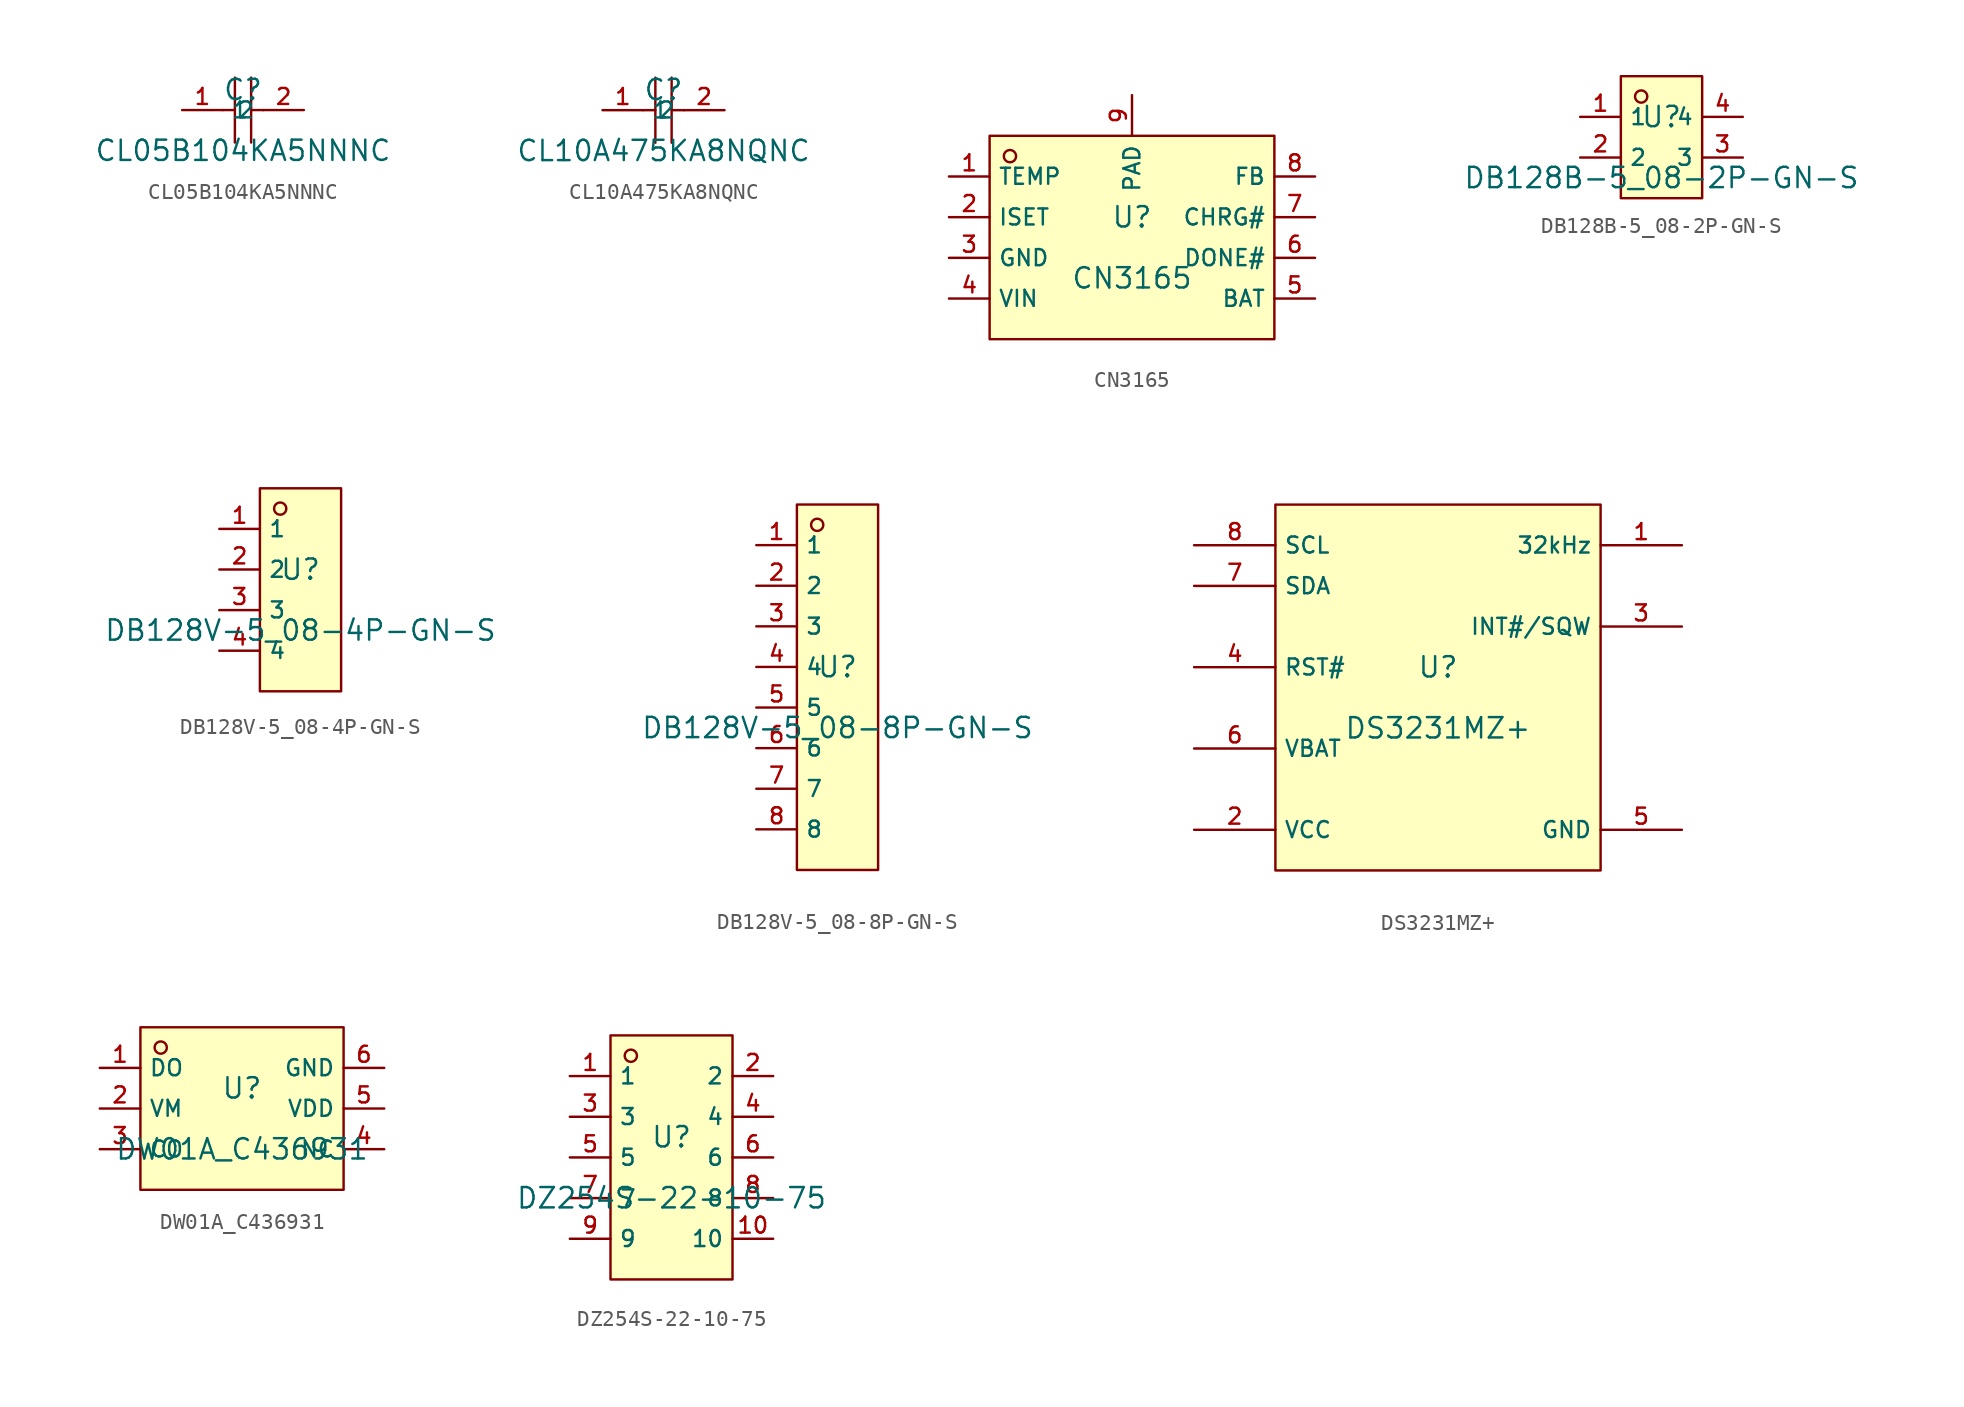
<source format=kicad_sym>
(kicad_symbol_lib
  (version 20231120)
  (generator "kicad_symbol_editor")
  (generator_version "8.0")
  (symbol "CL05B104KA5NNNC"
    (property "Reference" "C"
      (at 0 1.27 0)
      (effects (font (size 1.27 1.27))))
    (property "Value" "CL05B104KA5NNNC"
      (at 0 -2.54 0)
      (effects (font (size 1.27 1.27))))
    (symbol "CL05B104KA5NNNC_0_1"
      (polyline (pts (xy -1.27 0) (xy -0.508 0)) (stroke (width 0) (type default)) (fill (type none)))
      (polyline (pts (xy -0.508 2.032) (xy -0.508 -2.032)) (stroke (width 0) (type default)) (fill (type none)))
      (polyline (pts (xy 0.508 0) (xy 1.27 0)) (stroke (width 0) (type default)) (fill (type none)))
      (polyline (pts (xy 0.508 2.032) (xy 0.508 -2.032)) (stroke (width 0) (type default)) (fill (type none)))
      (pin input line (at -3.81 0 0) (length 2.54) (name "1" (effects (font (size 1 1)))) (number "1" (effects (font (size 1 1)))))
      (pin input line (at 3.81 0 180) (length 2.54) (name "2" (effects (font (size 1 1)))) (number "2" (effects (font (size 1 1)))))))
  (symbol "CL10A475KA8NQNC"
    (property "Reference" "C"
      (at 0 1.27 0)
      (effects (font (size 1.27 1.27))))
    (property "Value" "CL10A475KA8NQNC"
      (at 0 -2.54 0)
      (effects (font (size 1.27 1.27))))
    (symbol "CL10A475KA8NQNC_0_1"
      (polyline (pts (xy -0.508 2.032) (xy -0.508 -2.032)) (stroke (width 0) (type default) (color 0 0 0 0)) (fill (type none)))
      (polyline (pts (xy 0.508 2.032) (xy 0.508 -2.032)) (stroke (width 0) (type default) (color 0 0 0 0)) (fill (type none)))
      (pin input line (at -3.81 -0.0 0) (length 2.54) (name "1" (effects (font (size 1 1)))) (number "1" (effects (font (size 1 1)))))
      (pin input line (at 3.81 -0.0 180) (length 2.54) (name "2" (effects (font (size 1 1)))) (number "2" (effects (font (size 1 1)))))
      (polyline (pts (xy -1.27 -0.0) (xy -0.508 -0.0)) (stroke (width 0) (type default) (color 0 0 0 0)) (fill (type none)))
      (polyline (pts (xy 0.508 -0.0) (xy 1.27 -0.0)) (stroke (width 0) (type default) (color 0 0 0 0)) (fill (type none)))))
  (symbol "CN3165"
    (property "Reference" "U"
      (at 0 1.27 0)
      (effects (font (size 1.27 1.27))))
    (property "Value" "CN3165"
      (at 0 -2.54 0)
      (effects (font (size 1.27 1.27))))
    (symbol "CN3165_0_1"
      (rectangle (start -8.89 6.35) (end 8.89 -6.35) (stroke (width 0) (type default)) (fill (type background)))
      (circle (center -7.62 5.08) (radius 0.381) (stroke (width 0) (type default)) (fill (type background)))
      (pin unspecified line (at -11.43 3.81 0) (length 2.54) (name "TEMP" (effects (font (size 1 1)))) (number "1" (effects (font (size 1 1)))))
      (pin unspecified line (at -11.43 1.27 0) (length 2.54) (name "ISET" (effects (font (size 1 1)))) (number "2" (effects (font (size 1 1)))))
      (pin unspecified line (at -11.43 -1.27 0) (length 2.54) (name "GND" (effects (font (size 1 1)))) (number "3" (effects (font (size 1 1)))))
      (pin unspecified line (at -11.43 -3.81 0) (length 2.54) (name "VIN" (effects (font (size 1 1)))) (number "4" (effects (font (size 1 1)))))
      (pin unspecified line (at 11.43 -3.81 180) (length 2.54) (name "BAT" (effects (font (size 1 1)))) (number "5" (effects (font (size 1 1)))))
      (pin unspecified line (at 11.43 -1.27 180) (length 2.54) (name "DONE#" (effects (font (size 1 1)))) (number "6" (effects (font (size 1 1)))))
      (pin unspecified line (at 11.43 1.27 180) (length 2.54) (name "CHRG#" (effects (font (size 1 1)))) (number "7" (effects (font (size 1 1)))))
      (pin unspecified line (at 11.43 3.81 180) (length 2.54) (name "FB" (effects (font (size 1 1)))) (number "8" (effects (font (size 1 1)))))
      (pin unspecified line (at 0 8.89 270) (length 2.54) (name "PAD" (effects (font (size 1 1)))) (number "9" (effects (font (size 1 1)))))))
  (symbol "DB128B-5_08-2P-GN-S"
    (property "Reference" "U"
      (at 0 1.27 0)
      (effects (font (size 1.27 1.27))))
    (property "Value" "DB128B-5_08-2P-GN-S"
      (at 0 -2.54 0)
      (effects (font (size 1.27 1.27))))
    (symbol "DB128B-5_08-2P-GN-S_0_1"
      (rectangle (start -2.54 3.81) (end 2.54 -3.81) (stroke (width 0) (type default) (color 0 0 0 0)) (fill (type background)))
      (circle (center -1.27 2.54) (radius 0.381) (stroke (width 0) (type default) (color 0 0 0 0)) (fill (type background)))
      (pin unspecified line (at -5.08 1.27 0) (length 2.54) (name "1" (effects (font (size 1 1)))) (number "1" (effects (font (size 1 1)))))
      (pin unspecified line (at -5.08 -1.27 0) (length 2.54) (name "2" (effects (font (size 1 1)))) (number "2" (effects (font (size 1 1)))))
      (pin unspecified line (at 5.08 -1.27 180) (length 2.54) (name "3" (effects (font (size 1 1)))) (number "3" (effects (font (size 1 1)))))
      (pin unspecified line (at 5.08 1.27 180) (length 2.54) (name "4" (effects (font (size 1 1)))) (number "4" (effects (font (size 1 1)))))))
  (symbol "DB128V-5_08-4P-GN-S"
    (property "Reference" "U"
      (at 0 1.27 0)
      (effects (font (size 1.27 1.27))))
    (property "Value" "DB128V-5_08-4P-GN-S"
      (at 0 -2.54 0)
      (effects (font (size 1.27 1.27))))
    (symbol "DB128V-5_08-4P-GN-S_0_1"
      (rectangle (start -2.54 6.35) (end 2.54 -6.35) (stroke (width 0) (type default)) (fill (type background)))
      (circle (center -1.27 5.08) (radius 0.381) (stroke (width 0) (type default)) (fill (type background)))
      (pin unspecified line (at -5.08 3.81 0) (length 2.54) (name "1" (effects (font (size 1 1)))) (number "1" (effects (font (size 1 1)))))
      (pin unspecified line (at -5.08 1.27 0) (length 2.54) (name "2" (effects (font (size 1 1)))) (number "2" (effects (font (size 1 1)))))
      (pin unspecified line (at -5.08 -1.27 0) (length 2.54) (name "3" (effects (font (size 1 1)))) (number "3" (effects (font (size 1 1)))))
      (pin unspecified line (at -5.08 -3.81 0) (length 2.54) (name "4" (effects (font (size 1 1)))) (number "4" (effects (font (size 1 1)))))))
  (symbol "DB128V-5_08-8P-GN-S"
    (property "Reference" "U"
      (at 0 1.27 0)
      (effects (font (size 1.27 1.27))))
    (property "Value" "DB128V-5_08-8P-GN-S"
      (at 0 -2.54 0)
      (effects (font (size 1.27 1.27))))
    (symbol "DB128V-5_08-8P-GN-S_0_1"
      (rectangle (start -2.54 11.43) (end 2.54 -11.43) (stroke (width 0) (type default)) (fill (type background)))
      (circle (center -1.27 10.16) (radius 0.381) (stroke (width 0) (type default)) (fill (type background)))
      (pin unspecified line (at -5.08 8.89 0) (length 2.54) (name "1" (effects (font (size 1 1)))) (number "1" (effects (font (size 1 1)))))
      (pin unspecified line (at -5.08 6.35 0) (length 2.54) (name "2" (effects (font (size 1 1)))) (number "2" (effects (font (size 1 1)))))
      (pin unspecified line (at -5.08 3.81 0) (length 2.54) (name "3" (effects (font (size 1 1)))) (number "3" (effects (font (size 1 1)))))
      (pin unspecified line (at -5.08 1.27 0) (length 2.54) (name "4" (effects (font (size 1 1)))) (number "4" (effects (font (size 1 1)))))
      (pin unspecified line (at -5.08 -1.27 0) (length 2.54) (name "5" (effects (font (size 1 1)))) (number "5" (effects (font (size 1 1)))))
      (pin unspecified line (at -5.08 -3.81 0) (length 2.54) (name "6" (effects (font (size 1 1)))) (number "6" (effects (font (size 1 1)))))
      (pin unspecified line (at -5.08 -6.35 0) (length 2.54) (name "7" (effects (font (size 1 1)))) (number "7" (effects (font (size 1 1)))))
      (pin unspecified line (at -5.08 -8.89 0) (length 2.54) (name "8" (effects (font (size 1 1)))) (number "8" (effects (font (size 1 1)))))))
  (symbol "DS3231MZ+"
    (property "Reference" "U"
      (at 0 1.27 0)
      (effects (font (size 1.27 1.27))))
    (property "Value" "DS3231MZ+"
      (at 0 -2.54 0)
      (effects (font (size 1.27 1.27))))
    (symbol "DS3231MZ+_0_1"
      (rectangle (start -10.16 11.43) (end 10.16 -11.43) (stroke (width 0) (type default)) (fill (type background)))
      (pin unspecified line (at 15.24 8.89 180) (length 5.08) (name "32kHz" (effects (font (size 1 1)))) (number "1" (effects (font (size 1 1)))))
      (pin power_in line (at -15.24 -8.89 0) (length 5.08) (name "VCC" (effects (font (size 1 1)))) (number "2" (effects (font (size 1 1)))))
      (pin bidirectional line (at 15.24 3.81 180) (length 5.08) (name "INT#/SQW" (effects (font (size 1 1)))) (number "3" (effects (font (size 1 1)))))
      (pin bidirectional line (at -15.24 1.27 0) (length 5.08) (name "RST#" (effects (font (size 1 1)))) (number "4" (effects (font (size 1 1)))))
      (pin power_in line (at 15.24 -8.89 180) (length 5.08) (name "GND" (effects (font (size 1 1)))) (number "5" (effects (font (size 1 1)))))
      (pin power_in line (at -15.24 -3.81 0) (length 5.08) (name "VBAT" (effects (font (size 1 1)))) (number "6" (effects (font (size 1 1)))))
      (pin bidirectional line (at -15.24 6.35 0) (length 5.08) (name "SDA" (effects (font (size 1 1)))) (number "7" (effects (font (size 1 1)))))
      (pin unspecified line (at -15.24 8.89 0) (length 5.08) (name "SCL" (effects (font (size 1 1)))) (number "8" (effects (font (size 1 1)))))))
  (symbol "DW01A_C436931"
    (property "Reference" "U"
      (at 0 1.27 0)
      (effects (font (size 1.27 1.27))))
    (property "Value" "DW01A_C436931"
      (at 0 -2.54 0)
      (effects (font (size 1.27 1.27))))
    (symbol "DW01A_C436931_0_1"
      (rectangle (start -6.35 5.08) (end 6.35 -5.08) (stroke (width 0) (type default)) (fill (type background)))
      (circle (center -5.08 3.81) (radius 0.381) (stroke (width 0) (type default)) (fill (type background)))
      (pin unspecified line (at -8.89 2.54 0) (length 2.54) (name "DO" (effects (font (size 1 1)))) (number "1" (effects (font (size 1 1)))))
      (pin unspecified line (at -8.89 0 0) (length 2.54) (name "VM" (effects (font (size 1 1)))) (number "2" (effects (font (size 1 1)))))
      (pin unspecified line (at -8.89 -2.54 0) (length 2.54) (name "CO" (effects (font (size 1 1)))) (number "3" (effects (font (size 1 1)))))
      (pin unspecified line (at 8.89 -2.54 180) (length 2.54) (name "NC" (effects (font (size 1 1)))) (number "4" (effects (font (size 1 1)))))
      (pin unspecified line (at 8.89 0 180) (length 2.54) (name "VDD" (effects (font (size 1 1)))) (number "5" (effects (font (size 1 1)))))
      (pin unspecified line (at 8.89 2.54 180) (length 2.54) (name "GND" (effects (font (size 1 1)))) (number "6" (effects (font (size 1 1)))))))
  (symbol "DZ254S-22-10-75"
    (property "Reference" "U"
      (at 0 1.27 0)
      (effects (font (size 1.27 1.27))))
    (property "Value" "DZ254S-22-10-75"
      (at 0 -2.54 0)
      (effects (font (size 1.27 1.27))))
    (symbol "DZ254S-22-10-75_0_1"
      (rectangle (start -3.81 7.62) (end 3.81 -7.62) (stroke (width 0) (type default)) (fill (type background)))
      (circle (center -2.54 6.35) (radius 0.381) (stroke (width 0) (type default)) (fill (type background)))
      (pin unspecified line (at -6.35 5.08 0) (length 2.54) (name "1" (effects (font (size 1 1)))) (number "1" (effects (font (size 1 1)))))
      (pin unspecified line (at 6.35 -5.08 180) (length 2.54) (name "10" (effects (font (size 1 1)))) (number "10" (effects (font (size 1 1)))))
      (pin unspecified line (at 6.35 5.08 180) (length 2.54) (name "2" (effects (font (size 1 1)))) (number "2" (effects (font (size 1 1)))))
      (pin unspecified line (at -6.35 2.54 0) (length 2.54) (name "3" (effects (font (size 1 1)))) (number "3" (effects (font (size 1 1)))))
      (pin unspecified line (at 6.35 2.54 180) (length 2.54) (name "4" (effects (font (size 1 1)))) (number "4" (effects (font (size 1 1)))))
      (pin unspecified line (at -6.35 0 0) (length 2.54) (name "5" (effects (font (size 1 1)))) (number "5" (effects (font (size 1 1)))))
      (pin unspecified line (at 6.35 0 180) (length 2.54) (name "6" (effects (font (size 1 1)))) (number "6" (effects (font (size 1 1)))))
      (pin unspecified line (at -6.35 -2.54 0) (length 2.54) (name "7" (effects (font (size 1 1)))) (number "7" (effects (font (size 1 1)))))
      (pin unspecified line (at 6.35 -2.54 180) (length 2.54) (name "8" (effects (font (size 1 1)))) (number "8" (effects (font (size 1 1)))))
      (pin unspecified line (at -6.35 -5.08 0) (length 2.54) (name "9" (effects (font (size 1 1)))) (number "9" (effects (font (size 1 1))))))))
</source>
